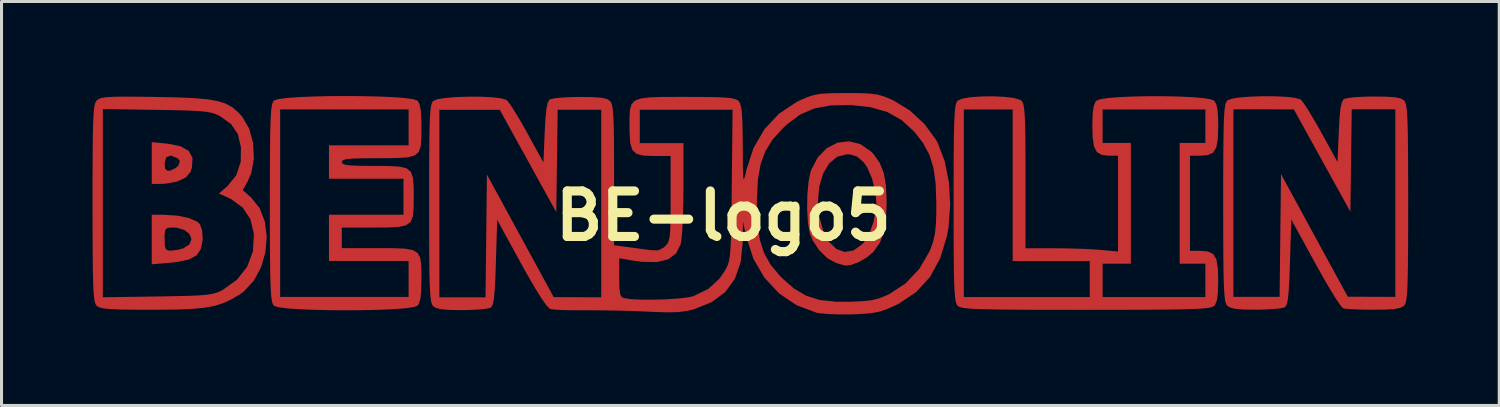
<source format=kicad_pcb>
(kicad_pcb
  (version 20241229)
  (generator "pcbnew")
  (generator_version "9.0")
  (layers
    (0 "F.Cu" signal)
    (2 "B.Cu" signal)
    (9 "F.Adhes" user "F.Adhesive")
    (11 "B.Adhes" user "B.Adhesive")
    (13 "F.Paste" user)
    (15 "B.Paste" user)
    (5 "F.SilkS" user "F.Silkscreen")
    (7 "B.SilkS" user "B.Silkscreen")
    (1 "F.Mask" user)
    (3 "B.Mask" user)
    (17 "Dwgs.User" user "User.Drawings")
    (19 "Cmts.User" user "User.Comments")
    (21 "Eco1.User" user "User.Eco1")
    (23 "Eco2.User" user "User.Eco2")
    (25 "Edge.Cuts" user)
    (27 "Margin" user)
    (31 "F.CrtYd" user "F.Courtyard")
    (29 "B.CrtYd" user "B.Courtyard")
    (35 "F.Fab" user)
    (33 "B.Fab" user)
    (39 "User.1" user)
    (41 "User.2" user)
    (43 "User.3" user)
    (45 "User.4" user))
  (footprint "BE-logo5"
    (layer "F.Cu")
    (at 20.786 4.064)
    (property "Reference" "BE-logo5" (at 0 0 0) (layer "F.SilkS") (effects (font (size 1.5 1.5) (thickness 0.3))))
    (attr board_only exclude_from_pos_files exclude_from_bom)
    (fp_poly (pts (xy -18.305 -2.379) (xy -17.883 -2.294) (xy -17.613 -2.138) (xy -17.491 -1.906) (xy -17.513 -1.592) (xy -17.561 -1.445) (xy -17.714 -1.265) (xy -17.997 -1.132) (xy -18.375 -1.062) (xy -18.559 -1.054) (xy -18.835 -1.054) (xy -18.835 -1.725) (xy -18.411 -1.725) (xy -18.392 -1.544) (xy -18.311 -1.487) (xy -18.229 -1.492) (xy -18.038 -1.581) (xy -17.954 -1.67) (xy -17.908 -1.811) (xy -17.988 -1.901) (xy -18.21 -1.99) (xy -18.356 -1.934) (xy -18.411 -1.739) (xy -18.411 -1.725) (xy -18.835 -1.725) (xy -18.835 -1.743) (xy -18.835 -2.432)) (stroke (width 0) (type solid)) (fill yes) (layer "F.Cu"))
    (fp_poly (pts (xy -18.433 -0.037) (xy -17.984 -0.007) (xy -17.607 0.072) (xy -17.338 0.191) (xy -17.247 0.274) (xy -17.179 0.462) (xy -17.157 0.735) (xy -17.16 0.799) (xy -17.217 1.093) (xy -17.359 1.3) (xy -17.609 1.436) (xy -17.991 1.518) (xy -18.225 1.543) (xy -18.836 1.594) (xy -18.836 0.778) (xy -18.836 0.765) (xy -18.412 0.765) (xy -18.403 1.001) (xy -18.36 1.112) (xy -18.258 1.145) (xy -18.206 1.146) (xy -17.958 1.115) (xy -17.794 1.068) (xy -17.591 0.935) (xy -17.528 0.768) (xy -17.59 0.6) (xy -17.761 0.463) (xy -18.026 0.389) (xy -18.125 0.384) (xy -18.302 0.393) (xy -18.385 0.45) (xy -18.411 0.601) (xy -18.412 0.765) (xy -18.836 0.765) (xy -18.836 -0.039)) (stroke (width 0) (type solid)) (fill yes) (layer "F.Cu"))
    (fp_poly (pts (xy 4.523 -2.361) (xy 4.874 -2.115) (xy 4.947 -2.037) (xy 5.151 -1.751) (xy 5.285 -1.418) (xy 5.358 -1.001) (xy 5.381 -0.46) (xy 5.381 -0.428) (xy 5.36 0.12) (xy 5.29 0.543) (xy 5.16 0.878) (xy 4.959 1.166) (xy 4.947 1.181) (xy 4.735 1.363) (xy 4.466 1.52) (xy 4.203 1.621) (xy 4.027 1.638) (xy 3.925 1.612) (xy 3.733 1.558) (xy 3.718 1.553) (xy 3.433 1.399) (xy 3.158 1.132) (xy 2.94 0.803) (xy 2.847 0.569) (xy 2.787 0.222) (xy 2.761 -0.217) (xy 2.765 -0.475) (xy 3.118 -0.475) (xy 3.161 0.013) (xy 3.289 0.494) (xy 3.482 0.856) (xy 3.724 1.091) (xy 3.999 1.189) (xy 4.289 1.139) (xy 4.578 0.933) (xy 4.637 0.868) (xy 4.811 0.583) (xy 4.949 0.198) (xy 5.031 -0.216) (xy 5.043 -0.428) (xy 5.003 -0.833) (xy 4.894 -1.245) (xy 4.739 -1.599) (xy 4.622 -1.766) (xy 4.411 -1.953) (xy 4.181 -2.024) (xy 4.07 -2.029) (xy 3.753 -1.951) (xy 3.489 -1.732) (xy 3.288 -1.398) (xy 3.161 -0.971) (xy 3.118 -0.475) (xy 2.765 -0.475) (xy 2.768 -0.686) (xy 2.807 -1.122) (xy 2.876 -1.462) (xy 2.888 -1.496) (xy 3.108 -1.925) (xy 3.409 -2.233) (xy 3.764 -2.413) (xy 4.144 -2.458)) (stroke (width 0) (type solid)) (fill yes) (layer "F.Cu"))
    (fp_poly (pts (xy -19.286 -3.928) (xy -18.678 -3.919) (xy -17.974 -3.904) (xy -17.416 -3.879) (xy -16.98 -3.839) (xy -16.644 -3.779) (xy -16.383 -3.693) (xy -16.174 -3.575) (xy -15.994 -3.421) (xy -15.854 -3.266) (xy -15.624 -2.875) (xy -15.495 -2.399) (xy -15.47 -1.893) (xy -15.555 -1.413) (xy -15.682 -1.118) (xy -15.839 -0.849) (xy -15.561 -0.605) (xy -15.277 -0.25) (xy -15.107 0.193) (xy -15.046 0.687) (xy -15.09 1.2) (xy -15.234 1.696) (xy -15.475 2.139) (xy -15.808 2.496) (xy -15.942 2.592) (xy -16.215 2.753) (xy -16.48 2.876) (xy -16.765 2.966) (xy -17.1 3.027) (xy -17.512 3.066) (xy -18.03 3.086) (xy -18.683 3.093) (xy -18.848 3.093) (xy -19.437 3.091) (xy -19.879 3.085) (xy -20.197 3.071) (xy -20.414 3.05) (xy -20.553 3.019) (xy -20.636 2.976) (xy -20.653 2.96) (xy -20.687 2.909) (xy -20.715 2.82) (xy -20.738 2.678) (xy -20.755 2.466) (xy -20.767 2.168) (xy -20.776 1.77) (xy -20.782 1.253) (xy -20.785 0.603) (xy -20.786 -0.196) (xy -20.786 -0.419) (xy -20.447 -0.419) (xy -20.447 2.682) (xy -18.648 2.655) (xy -18.044 2.644) (xy -17.584 2.633) (xy -17.242 2.617) (xy -16.991 2.594) (xy -16.808 2.562) (xy -16.666 2.519) (xy -16.539 2.461) (xy -16.502 2.442) (xy -16.027 2.103) (xy -15.691 1.675) (xy -15.503 1.171) (xy -15.469 0.604) (xy -15.47 0.592) (xy -15.584 0.112) (xy -15.837 -0.273) (xy -16.221 -0.553) (xy -16.283 -0.583) (xy -16.622 -0.736) (xy -16.339 -0.984) (xy -16.049 -1.342) (xy -15.904 -1.783) (xy -15.896 -2.257) (xy -15.998 -2.693) (xy -16.223 -3.026) (xy -16.591 -3.289) (xy -16.6 -3.293) (xy -16.728 -3.353) (xy -16.87 -3.398) (xy -17.053 -3.432) (xy -17.301 -3.455) (xy -17.642 -3.472) (xy -18.101 -3.484) (xy -18.691 -3.494) (xy -20.447 -3.52) (xy -20.447 -0.419) (xy -20.786 -0.419) (xy -20.786 -0.42) (xy -20.786 -1.256) (xy -20.783 -1.938) (xy -20.779 -2.483) (xy -20.771 -2.907) (xy -20.76 -3.227) (xy -20.745 -3.458) (xy -20.724 -3.618) (xy -20.698 -3.721) (xy -20.665 -3.785) (xy -20.646 -3.808) (xy -20.583 -3.854) (xy -20.484 -3.889) (xy -20.327 -3.912) (xy -20.09 -3.925) (xy -19.75 -3.93)) (stroke (width 0) (type solid)) (fill yes) (layer "F.Cu"))
    (fp_poly (pts (xy 18.178 -3.941) (xy 18.549 -3.923) (xy 18.843 -3.889) (xy 19.018 -3.838) (xy 19.031 -3.829) (xy 19.122 -3.718) (xy 19.272 -3.488) (xy 19.462 -3.173) (xy 19.673 -2.805) (xy 19.703 -2.75) (xy 20.238 -1.776) (xy 20.281 -2.774) (xy 20.305 -3.233) (xy 20.337 -3.548) (xy 20.379 -3.742) (xy 20.435 -3.841) (xy 20.45 -3.852) (xy 20.585 -3.886) (xy 20.846 -3.913) (xy 21.191 -3.93) (xy 21.439 -3.934) (xy 21.862 -3.928) (xy 22.148 -3.907) (xy 22.328 -3.867) (xy 22.433 -3.803) (xy 22.434 -3.802) (xy 22.468 -3.751) (xy 22.496 -3.662) (xy 22.518 -3.52) (xy 22.535 -3.308) (xy 22.548 -3.01) (xy 22.557 -2.611) (xy 22.562 -2.095) (xy 22.565 -1.445) (xy 22.567 -0.646) (xy 22.567 -0.421) (xy 22.566 0.418) (xy 22.563 1.103) (xy 22.558 1.651) (xy 22.55 2.078) (xy 22.539 2.399) (xy 22.523 2.631) (xy 22.502 2.789) (xy 22.475 2.89) (xy 22.443 2.949) (xy 22.434 2.959) (xy 22.33 3.023) (xy 22.152 3.064) (xy 21.869 3.086) (xy 21.449 3.092) (xy 21.424 3.092) (xy 21.045 3.088) (xy 20.721 3.075) (xy 20.495 3.057) (xy 20.419 3.043) (xy 20.339 2.956) (xy 20.195 2.743) (xy 20.001 2.429) (xy 19.771 2.036) (xy 19.521 1.59) (xy 19.502 1.555) (xy 18.714 0.117) (xy 18.672 1.523) (xy 18.653 2.065) (xy 18.631 2.461) (xy 18.604 2.732) (xy 18.57 2.901) (xy 18.525 2.99) (xy 18.503 3.01) (xy 18.366 3.044) (xy 18.105 3.072) (xy 17.763 3.088) (xy 17.556 3.091) (xy 17.142 3.085) (xy 16.864 3.062) (xy 16.692 3.017) (xy 16.604 2.959) (xy 16.569 2.908) (xy 16.541 2.819) (xy 16.519 2.677) (xy 16.502 2.465) (xy 16.489 2.167) (xy 16.48 1.769) (xy 16.475 1.252) (xy 16.472 0.603) (xy 16.471 -0.197) (xy 16.471 -0.421) (xy 16.471 -1.26) (xy 16.474 -1.946) (xy 16.479 -2.494) (xy 16.487 -2.921) (xy 16.498 -3.242) (xy 16.514 -3.474) (xy 16.519 -3.512) (xy 16.809 -3.512) (xy 16.809 -0.421) (xy 16.809 2.669) (xy 17.57 2.669) (xy 18.33 2.669) (xy 18.353 0.645) (xy 18.376 -1.378) (xy 19.476 0.643) (xy 20.577 2.663) (xy 21.36 2.666) (xy 22.143 2.669) (xy 22.143 -0.421) (xy 22.143 -3.512) (xy 21.425 -3.512) (xy 20.707 -3.512) (xy 20.685 -1.825) (xy 20.662 -0.137) (xy 19.73 -1.823) (xy 18.799 -3.509) (xy 17.804 -3.511) (xy 16.809 -3.512) (xy 16.519 -3.512) (xy 16.535 -3.632) (xy 16.562 -3.733) (xy 16.594 -3.792) (xy 16.604 -3.802) (xy 16.745 -3.859) (xy 17.014 -3.902) (xy 17.37 -3.93) (xy 17.772 -3.943)) (stroke (width 0) (type solid)) (fill yes) (layer "F.Cu"))
    (fp_poly (pts (xy -11.918 -3.946) (xy -11.387 -3.935) (xy -10.911 -3.915) (xy -10.517 -3.886) (xy -10.233 -3.85) (xy -10.087 -3.805) (xy -10.081 -3.8) (xy -10.012 -3.683) (xy -9.97 -3.48) (xy -9.951 -3.159) (xy -9.948 -2.917) (xy -9.951 -2.548) (xy -9.974 -2.281) (xy -10.042 -2.1) (xy -10.178 -1.988) (xy -10.406 -1.929) (xy -10.749 -1.906) (xy -11.232 -1.901) (xy -11.394 -1.901) (xy -11.87 -1.899) (xy -12.202 -1.889) (xy -12.413 -1.87) (xy -12.528 -1.839) (xy -12.571 -1.794) (xy -12.573 -1.774) (xy -12.548 -1.72) (xy -12.456 -1.684) (xy -12.271 -1.661) (xy -11.968 -1.65) (xy -11.521 -1.647) (xy -11.521 -1.647) (xy -11.023 -1.645) (xy -10.669 -1.623) (xy -10.435 -1.565) (xy -10.296 -1.45) (xy -10.228 -1.259) (xy -10.205 -0.974) (xy -10.202 -0.631) (xy -10.206 -0.247) (xy -10.233 0.025) (xy -10.309 0.205) (xy -10.459 0.312) (xy -10.706 0.365) (xy -11.077 0.383) (xy -11.521 0.385) (xy -12.573 0.385) (xy -12.573 0.723) (xy -12.573 1.062) (xy -11.394 1.062) (xy -10.868 1.064) (xy -10.489 1.08) (xy -10.231 1.128) (xy -10.072 1.224) (xy -9.988 1.384) (xy -9.954 1.625) (xy -9.948 1.964) (xy -9.948 2.078) (xy -9.957 2.479) (xy -9.985 2.743) (xy -10.039 2.904) (xy -10.081 2.961) (xy -10.211 3.006) (xy -10.481 3.044) (xy -10.865 3.073) (xy -11.334 3.094) (xy -11.861 3.106) (xy -12.417 3.111) (xy -12.974 3.107) (xy -13.505 3.095) (xy -13.981 3.075) (xy -14.375 3.047) (xy -14.659 3.011) (xy -14.805 2.966) (xy -14.811 2.961) (xy -14.845 2.91) (xy -14.873 2.821) (xy -14.895 2.679) (xy -14.912 2.467) (xy -14.925 2.169) (xy -14.934 1.77) (xy -14.94 1.254) (xy -14.943 0.604) (xy -14.944 -0.195) (xy -14.944 -0.42) (xy -14.605 -0.42) (xy -14.605 2.671) (xy -12.488 2.671) (xy -10.372 2.671) (xy -10.372 2.078) (xy -10.372 1.485) (xy -11.684 1.485) (xy -12.996 1.485) (xy -12.996 0.723) (xy -12.996 -0.039) (xy -11.769 -0.039) (xy -10.541 -0.039) (xy -10.541 -0.631) (xy -10.541 -1.224) (xy -11.769 -1.224) (xy -12.996 -1.224) (xy -12.996 -1.774) (xy -12.996 -2.325) (xy -11.684 -2.325) (xy -10.372 -2.325) (xy -10.372 -2.917) (xy -10.372 -3.51) (xy -12.488 -3.51) (xy -14.605 -3.51) (xy -14.605 -0.42) (xy -14.944 -0.42) (xy -14.943 -1.259) (xy -14.94 -1.944) (xy -14.936 -2.492) (xy -14.928 -2.919) (xy -14.916 -3.24) (xy -14.9 -3.472) (xy -14.879 -3.63) (xy -14.853 -3.731) (xy -14.82 -3.79) (xy -14.811 -3.8) (xy -14.681 -3.846) (xy -14.411 -3.883) (xy -14.027 -3.912) (xy -13.558 -3.933) (xy -13.031 -3.946) (xy -12.475 -3.95)) (stroke (width 0) (type solid)) (fill yes) (layer "F.Cu"))
    (fp_poly (pts (xy 14.539 -3.943) (xy 15.03 -3.932) (xy 15.471 -3.911) (xy 15.831 -3.879) (xy 16.079 -3.837) (xy 16.174 -3.796) (xy 16.246 -3.673) (xy 16.289 -3.459) (xy 16.306 -3.121) (xy 16.307 -2.956) (xy 16.294 -2.532) (xy 16.242 -2.25) (xy 16.134 -2.082) (xy 15.956 -2.001) (xy 15.709 -1.982) (xy 15.376 -1.982) (xy 15.376 -0.416) (xy 15.376 1.151) (xy 15.709 1.151) (xy 15.969 1.173) (xy 16.143 1.258) (xy 16.246 1.432) (xy 16.296 1.722) (xy 16.307 2.124) (xy 16.298 2.519) (xy 16.265 2.777) (xy 16.204 2.93) (xy 16.176 2.963) (xy 16.129 2.994) (xy 16.046 3.019) (xy 15.912 3.04) (xy 15.713 3.057) (xy 15.435 3.07) (xy 15.064 3.08) (xy 14.586 3.087) (xy 13.987 3.092) (xy 13.253 3.094) (xy 12.37 3.095) (xy 11.948 3.096) (xy 10.998 3.095) (xy 10.202 3.094) (xy 9.549 3.09) (xy 9.022 3.084) (xy 8.607 3.076) (xy 8.292 3.065) (xy 8.062 3.05) (xy 7.902 3.031) (xy 7.798 3.007) (xy 7.737 2.979) (xy 7.719 2.964) (xy 7.685 2.913) (xy 7.657 2.823) (xy 7.635 2.678) (xy 7.618 2.464) (xy 7.605 2.162) (xy 7.596 1.759) (xy 7.591 1.238) (xy 7.588 0.582) (xy 7.587 -0.224) (xy 7.587 -0.416) (xy 7.925 -0.416) (xy 7.925 2.675) (xy 10 2.675) (xy 12.074 2.675) (xy 12.074 2.082) (xy 12.074 1.489) (xy 10.804 1.489) (xy 9.534 1.489) (xy 9.534 -1.008) (xy 9.534 -3.506) (xy 8.73 -3.506) (xy 7.925 -3.506) (xy 7.925 -0.416) (xy 7.587 -0.416) (xy 7.588 -1.254) (xy 7.59 -1.94) (xy 7.595 -2.488) (xy 7.603 -2.915) (xy 7.615 -3.236) (xy 7.631 -3.468) (xy 7.651 -3.626) (xy 7.678 -3.727) (xy 7.711 -3.786) (xy 7.72 -3.796) (xy 7.875 -3.864) (xy 8.152 -3.911) (xy 8.507 -3.936) (xy 8.892 -3.94) (xy 9.264 -3.923) (xy 9.576 -3.884) (xy 9.783 -3.824) (xy 9.824 -3.796) (xy 9.864 -3.737) (xy 9.895 -3.636) (xy 9.919 -3.473) (xy 9.936 -3.231) (xy 9.947 -2.891) (xy 9.954 -2.432) (xy 9.957 -1.837) (xy 9.957 -1.298) (xy 9.957 1.066) (xy 10.91 1.067) (xy 11.369 1.072) (xy 11.835 1.086) (xy 12.24 1.106) (xy 12.434 1.121) (xy 13.005 1.175) (xy 13.005 -0.403) (xy 13.005 -1.982) (xy 12.715 -1.982) (xy 12.472 -2.007) (xy 12.31 -2.1) (xy 12.213 -2.287) (xy 12.168 -2.595) (xy 12.159 -2.956) (xy 12.497 -2.956) (xy 12.497 -2.405) (xy 12.963 -2.405) (xy 13.429 -2.405) (xy 13.429 -0.416) (xy 13.429 1.574) (xy 12.963 1.574) (xy 12.497 1.574) (xy 12.497 2.124) (xy 12.497 2.675) (xy 14.191 2.675) (xy 15.884 2.675) (xy 15.884 2.124) (xy 15.884 1.574) (xy 15.461 1.574) (xy 15.037 1.574) (xy 15.037 -0.416) (xy 15.037 -2.405) (xy 15.461 -2.405) (xy 15.884 -2.405) (xy 15.884 -2.956) (xy 15.884 -3.506) (xy 14.191 -3.506) (xy 12.497 -3.506) (xy 12.497 -2.956) (xy 12.159 -2.956) (xy 12.168 -3.348) (xy 12.201 -3.605) (xy 12.261 -3.758) (xy 12.292 -3.796) (xy 12.426 -3.846) (xy 12.699 -3.886) (xy 13.077 -3.916) (xy 13.531 -3.935) (xy 14.029 -3.944)) (stroke (width 0) (type solid)) (fill yes) (layer "F.Cu"))
    (fp_poly (pts (xy 4.506 -4.045) (xy 4.827 -4.031) (xy 5.069 -3.999) (xy 5.278 -3.942) (xy 5.5 -3.852) (xy 5.606 -3.804) (xy 6.144 -3.475) (xy 6.628 -3.027) (xy 7.006 -2.51) (xy 7.066 -2.4) (xy 7.295 -1.8) (xy 7.434 -1.102) (xy 7.476 -0.357) (xy 7.418 0.39) (xy 7.369 0.662) (xy 7.145 1.4) (xy 6.809 2.013) (xy 6.356 2.509) (xy 5.78 2.895) (xy 5.641 2.963) (xy 5.355 3.087) (xy 5.101 3.167) (xy 4.821 3.213) (xy 4.456 3.237) (xy 4.239 3.245) (xy 3.836 3.247) (xy 3.461 3.234) (xy 3.169 3.208) (xy 3.067 3.189) (xy 2.405 2.939) (xy 1.83 2.55) (xy 1.355 2.038) (xy 0.993 1.419) (xy 0.76 0.706) (xy 0.759 0.703) (xy 0.646 0.186) (xy 0.639 0.863) (xy 0.571 1.525) (xy 0.381 2.071) (xy 0.065 2.508) (xy -0.383 2.841) (xy -0.963 3.076) (xy -1.221 3.137) (xy -1.505 3.171) (xy -1.858 3.178) (xy -2.325 3.163) (xy -2.45 3.156) (xy -2.99 3.134) (xy -3.606 3.118) (xy -4.203 3.111) (xy -4.505 3.111) (xy -4.921 3.111) (xy -5.286 3.103) (xy -5.562 3.088) (xy -5.705 3.068) (xy -5.814 2.969) (xy -5.989 2.725) (xy -6.227 2.342) (xy -6.522 1.829) (xy -6.663 1.573) (xy -7.453 0.131) (xy -7.495 1.537) (xy -7.514 2.08) (xy -7.536 2.475) (xy -7.563 2.746) (xy -7.597 2.915) (xy -7.642 3.005) (xy -7.664 3.024) (xy -7.801 3.059) (xy -8.062 3.086) (xy -8.404 3.102) (xy -8.611 3.105) (xy -9.025 3.099) (xy -9.303 3.076) (xy -9.475 3.031) (xy -9.563 2.973) (xy -9.598 2.922) (xy -9.626 2.833) (xy -9.648 2.691) (xy -9.665 2.479) (xy -9.678 2.182) (xy -9.687 1.783) (xy -9.692 1.266) (xy -9.695 0.617) (xy -9.696 -0.182) (xy -9.696 -0.407) (xy -9.696 -1.246) (xy -9.693 -1.932) (xy -9.688 -2.48) (xy -9.68 -2.907) (xy -9.669 -3.228) (xy -9.653 -3.46) (xy -9.648 -3.497) (xy -9.358 -3.497) (xy -9.358 -0.407) (xy -9.358 2.683) (xy -8.597 2.683) (xy -7.837 2.683) (xy -7.814 0.66) (xy -7.791 -1.364) (xy -6.691 0.657) (xy -5.59 2.677) (xy -4.807 2.68) (xy -4.024 2.683) (xy -4.024 1.394) (xy -3.431 1.394) (xy -3.431 2.032) (xy -3.425 2.366) (xy -3.402 2.567) (xy -3.354 2.67) (xy -3.283 2.709) (xy -3.044 2.744) (xy -2.691 2.76) (xy -2.274 2.761) (xy -1.842 2.747) (xy -1.444 2.719) (xy -1.132 2.68) (xy -0.989 2.646) (xy -0.495 2.404) (xy -0.122 2.062) (xy 0.05 1.808) (xy 0.108 1.702) (xy 0.154 1.596) (xy 0.19 1.47) (xy 0.216 1.302) (xy 0.236 1.073) (xy 0.25 0.761) (xy 0.26 0.346) (xy 0.269 -0.194) (xy 0.271 -0.407) (xy 1.106 -0.407) (xy 1.127 0.249) (xy 1.2 0.778) (xy 1.337 1.215) (xy 1.551 1.598) (xy 1.853 1.964) (xy 1.94 2.054) (xy 2.333 2.398) (xy 2.732 2.632) (xy 3.177 2.771) (xy 3.712 2.829) (xy 4.148 2.83) (xy 4.571 2.812) (xy 4.88 2.779) (xy 5.13 2.718) (xy 5.375 2.62) (xy 5.478 2.571) (xy 6.01 2.221) (xy 6.459 1.744) (xy 6.791 1.176) (xy 6.829 1.087) (xy 6.914 0.844) (xy 6.97 0.6) (xy 7.002 0.309) (xy 7.016 -0.074) (xy 7.018 -0.407) (xy 6.996 -1.059) (xy 6.923 -1.585) (xy 6.785 -2.024) (xy 6.573 -2.414) (xy 6.3 -2.764) (xy 5.881 -3.154) (xy 5.402 -3.423) (xy 4.835 -3.586) (xy 4.192 -3.651) (xy 3.54 -3.64) (xy 3.002 -3.542) (xy 2.539 -3.343) (xy 2.111 -3.029) (xy 1.94 -2.868) (xy 1.614 -2.501) (xy 1.381 -2.125) (xy 1.227 -1.703) (xy 1.14 -1.2) (xy 1.107 -0.578) (xy 1.106 -0.407) (xy 0.271 -0.407) (xy 0.276 -0.878) (xy 0.278 -1.021) (xy 0.304 -3.497) (xy -1.225 -3.497) (xy -2.754 -3.497) (xy -2.754 -2.947) (xy -2.754 -2.397) (xy -2.034 -2.397) (xy -1.314 -2.397) (xy -1.315 -0.894) (xy -1.32 -0.382) (xy -1.334 0.093) (xy -1.355 0.497) (xy -1.381 0.793) (xy -1.404 0.927) (xy -1.554 1.232) (xy -1.812 1.429) (xy -2.186 1.522) (xy -2.686 1.514) (xy -3.029 1.465) (xy -3.431 1.394) (xy -4.024 1.394) (xy -4.024 -0.407) (xy -4.024 -3.497) (xy -4.742 -3.497) (xy -5.459 -3.497) (xy -5.482 -1.81) (xy -5.505 -0.123) (xy -6.437 -1.809) (xy -7.368 -3.495) (xy -8.363 -3.496) (xy -9.358 -3.497) (xy -9.648 -3.497) (xy -9.632 -3.618) (xy -9.605 -3.719) (xy -9.572 -3.778) (xy -9.563 -3.788) (xy -9.422 -3.845) (xy -9.153 -3.887) (xy -8.797 -3.916) (xy -8.395 -3.929) (xy -7.988 -3.927) (xy -7.618 -3.909) (xy -7.324 -3.875) (xy -7.149 -3.823) (xy -7.136 -3.815) (xy -7.045 -3.703) (xy -6.895 -3.474) (xy -6.704 -3.159) (xy -6.494 -2.79) (xy -6.464 -2.735) (xy -5.929 -1.762) (xy -5.886 -2.76) (xy -5.861 -3.219) (xy -5.83 -3.534) (xy -5.788 -3.728) (xy -5.732 -3.826) (xy -5.717 -3.838) (xy -5.582 -3.872) (xy -5.321 -3.899) (xy -4.975 -3.916) (xy -4.728 -3.92) (xy -4.305 -3.914) (xy -4.019 -3.893) (xy -3.839 -3.853) (xy -3.734 -3.788) (xy -3.733 -3.788) (xy -3.693 -3.728) (xy -3.662 -3.626) (xy -3.638 -3.462) (xy -3.621 -3.217) (xy -3.61 -2.873) (xy -3.604 -2.41) (xy -3.601 -1.809) (xy -3.6 -1.343) (xy -3.6 0.968) (xy -3.156 1.027) (xy -2.828 1.071) (xy -2.513 1.114) (xy -2.402 1.13) (xy -2.149 1.136) (xy -1.966 1.045) (xy -1.915 0.998) (xy -1.849 0.922) (xy -1.802 0.827) (xy -1.77 0.686) (xy -1.751 0.472) (xy -1.741 0.158) (xy -1.738 -0.283) (xy -1.738 -0.576) (xy -1.738 -1.973) (xy -2.282 -1.973) (xy -2.63 -1.986) (xy -2.862 -2.043) (xy -3 -2.173) (xy -3.069 -2.404) (xy -3.091 -2.764) (xy -3.092 -2.947) (xy -3.092 -3.264) (xy -3.077 -3.504) (xy -3.026 -3.677) (xy -2.92 -3.794) (xy -2.736 -3.866) (xy -2.454 -3.904) (xy -2.054 -3.919) (xy -1.514 -3.921) (xy -1.23 -3.921) (xy -0.655 -3.919) (xy -0.226 -3.912) (xy 0.08 -3.897) (xy 0.286 -3.874) (xy 0.416 -3.841) (xy 0.493 -3.795) (xy 0.5 -3.788) (xy 0.552 -3.707) (xy 0.59 -3.569) (xy 0.615 -3.348) (xy 0.63 -3.02) (xy 0.638 -2.557) (xy 0.64 -2.327) (xy 0.643 -1.83) (xy 0.647 -1.487) (xy 0.655 -1.283) (xy 0.669 -1.204) (xy 0.691 -1.234) (xy 0.724 -1.359) (xy 0.759 -1.517) (xy 0.993 -2.234) (xy 1.355 -2.857) (xy 1.836 -3.369) (xy 2.422 -3.758) (xy 2.518 -3.804) (xy 2.758 -3.909) (xy 2.967 -3.979) (xy 3.19 -4.02) (xy 3.473 -4.041) (xy 3.861 -4.047) (xy 4.062 -4.048)) (stroke (width 0) (type solid)) (fill yes) (layer "F.Cu"))
    (fp_poly (pts (xy -18.309 -2.383) (xy -17.887 -2.298) (xy -17.617 -2.142) (xy -17.495 -1.91) (xy -17.517 -1.597) (xy -17.564 -1.45) (xy -17.717 -1.27) (xy -18.001 -1.137) (xy -18.379 -1.067) (xy -18.563 -1.059) (xy -18.838 -1.058) (xy -18.838 -1.73) (xy -18.415 -1.73) (xy -18.396 -1.549) (xy -18.315 -1.492) (xy -18.233 -1.497) (xy -18.042 -1.586) (xy -17.958 -1.675) (xy -17.912 -1.816) (xy -17.992 -1.906) (xy -18.214 -1.995) (xy -18.36 -1.939) (xy -18.415 -1.744) (xy -18.415 -1.73) (xy -18.838 -1.73) (xy -18.838 -1.748) (xy -18.838 -2.437)) (stroke (width 0) (type solid)) (fill yes) (layer "F.Mask"))
    (fp_poly (pts (xy -18.436 -0.04) (xy -17.987 -0.01) (xy -17.61 0.069) (xy -17.341 0.187) (xy -17.249 0.271) (xy -17.181 0.458) (xy -17.16 0.732) (xy -17.162 0.796) (xy -17.22 1.09) (xy -17.362 1.296) (xy -17.612 1.433) (xy -17.994 1.515) (xy -18.228 1.54) (xy -18.838 1.591) (xy -18.838 0.774) (xy -18.838 0.762) (xy -18.415 0.762) (xy -18.406 0.997) (xy -18.363 1.109) (xy -18.261 1.142) (xy -18.209 1.143) (xy -17.961 1.112) (xy -17.797 1.065) (xy -17.594 0.931) (xy -17.531 0.765) (xy -17.593 0.597) (xy -17.764 0.46) (xy -18.029 0.386) (xy -18.128 0.381) (xy -18.304 0.39) (xy -18.388 0.446) (xy -18.413 0.597) (xy -18.415 0.762) (xy -18.838 0.762) (xy -18.838 -0.042)) (stroke (width 0) (type solid)) (fill yes) (layer "F.Mask"))
    (fp_poly (pts (xy 4.517 -2.356) (xy 4.868 -2.11) (xy 4.941 -2.032) (xy 5.146 -1.746) (xy 5.279 -1.413) (xy 5.352 -0.996) (xy 5.375 -0.455) (xy 5.375 -0.423) (xy 5.354 0.125) (xy 5.284 0.548) (xy 5.154 0.883) (xy 4.954 1.172) (xy 4.941 1.186) (xy 4.73 1.368) (xy 4.461 1.525) (xy 4.197 1.626) (xy 4.022 1.643) (xy 3.919 1.617) (xy 3.727 1.563) (xy 3.713 1.559) (xy 3.427 1.405) (xy 3.152 1.137) (xy 2.934 0.808) (xy 2.841 0.574) (xy 2.781 0.227) (xy 2.755 -0.212) (xy 2.759 -0.47) (xy 3.112 -0.47) (xy 3.155 0.018) (xy 3.283 0.499) (xy 3.477 0.862) (xy 3.719 1.096) (xy 3.993 1.194) (xy 4.283 1.144) (xy 4.572 0.938) (xy 4.631 0.873) (xy 4.805 0.588) (xy 4.943 0.203) (xy 5.025 -0.211) (xy 5.038 -0.423) (xy 4.997 -0.828) (xy 4.888 -1.24) (xy 4.733 -1.594) (xy 4.616 -1.761) (xy 4.405 -1.948) (xy 4.175 -2.019) (xy 4.064 -2.024) (xy 3.748 -1.945) (xy 3.484 -1.727) (xy 3.283 -1.393) (xy 3.155 -0.966) (xy 3.112 -0.47) (xy 2.759 -0.47) (xy 2.762 -0.681) (xy 2.801 -1.117) (xy 2.871 -1.457) (xy 2.882 -1.491) (xy 3.103 -1.92) (xy 3.404 -2.227) (xy 3.758 -2.408) (xy 4.138 -2.453)) (stroke (width 0) (type solid)) (fill yes) (layer "F.Mask"))
    (fp_poly (pts (xy -19.285 -3.931) (xy -18.677 -3.922) (xy -17.973 -3.907) (xy -17.415 -3.882) (xy -16.98 -3.842) (xy -16.643 -3.782) (xy -16.383 -3.696) (xy -16.174 -3.578) (xy -15.994 -3.424) (xy -15.853 -3.269) (xy -15.624 -2.878) (xy -15.495 -2.402) (xy -15.47 -1.896) (xy -15.554 -1.416) (xy -15.682 -1.121) (xy -15.839 -0.852) (xy -15.56 -0.608) (xy -15.277 -0.253) (xy -15.107 0.19) (xy -15.046 0.685) (xy -15.089 1.197) (xy -15.234 1.693) (xy -15.475 2.136) (xy -15.808 2.494) (xy -15.942 2.589) (xy -16.215 2.75) (xy -16.479 2.873) (xy -16.765 2.963) (xy -17.1 3.025) (xy -17.512 3.063) (xy -18.03 3.083) (xy -18.683 3.09) (xy -18.848 3.09) (xy -19.436 3.088) (xy -19.879 3.082) (xy -20.197 3.068) (xy -20.414 3.047) (xy -20.552 3.016) (xy -20.635 2.973) (xy -20.653 2.957) (xy -20.687 2.906) (xy -20.715 2.817) (xy -20.737 2.675) (xy -20.754 2.463) (xy -20.767 2.166) (xy -20.776 1.767) (xy -20.782 1.25) (xy -20.785 0.601) (xy -20.786 -0.199) (xy -20.786 -0.422) (xy -20.447 -0.422) (xy -20.447 2.679) (xy -18.648 2.652) (xy -18.044 2.642) (xy -17.583 2.63) (xy -17.241 2.614) (xy -16.991 2.591) (xy -16.808 2.559) (xy -16.665 2.516) (xy -16.538 2.458) (xy -16.502 2.439) (xy -16.026 2.1) (xy -15.691 1.672) (xy -15.502 1.168) (xy -15.469 0.602) (xy -15.47 0.589) (xy -15.584 0.109) (xy -15.836 -0.276) (xy -16.22 -0.556) (xy -16.282 -0.585) (xy -16.622 -0.738) (xy -16.338 -0.987) (xy -16.049 -1.345) (xy -15.904 -1.786) (xy -15.896 -2.26) (xy -15.998 -2.696) (xy -16.223 -3.029) (xy -16.591 -3.292) (xy -16.599 -3.296) (xy -16.727 -3.356) (xy -16.87 -3.401) (xy -17.052 -3.434) (xy -17.301 -3.458) (xy -17.642 -3.475) (xy -18.101 -3.487) (xy -18.69 -3.497) (xy -20.447 -3.523) (xy -20.447 -0.422) (xy -20.786 -0.422) (xy -20.786 -0.423) (xy -20.785 -1.258) (xy -20.783 -1.94) (xy -20.778 -2.486) (xy -20.771 -2.91) (xy -20.76 -3.23) (xy -20.744 -3.461) (xy -20.724 -3.621) (xy -20.697 -3.724) (xy -20.665 -3.788) (xy -20.646 -3.811) (xy -20.582 -3.857) (xy -20.483 -3.892) (xy -20.326 -3.915) (xy -20.089 -3.928) (xy -19.75 -3.933)) (stroke (width 0) (type solid)) (fill yes) (layer "F.Mask"))
    (fp_poly (pts (xy 18.176 -3.943) (xy 18.546 -3.925) (xy 18.84 -3.891) (xy 19.015 -3.84) (xy 19.028 -3.831) (xy 19.119 -3.72) (xy 19.269 -3.49) (xy 19.46 -3.175) (xy 19.67 -2.807) (xy 19.7 -2.752) (xy 20.235 -1.778) (xy 20.278 -2.776) (xy 20.303 -3.235) (xy 20.334 -3.55) (xy 20.376 -3.744) (xy 20.432 -3.843) (xy 20.447 -3.854) (xy 20.582 -3.888) (xy 20.843 -3.915) (xy 21.188 -3.932) (xy 21.436 -3.936) (xy 21.859 -3.93) (xy 22.145 -3.909) (xy 22.325 -3.869) (xy 22.43 -3.805) (xy 22.431 -3.804) (xy 22.465 -3.753) (xy 22.493 -3.664) (xy 22.515 -3.522) (xy 22.532 -3.31) (xy 22.545 -3.012) (xy 22.554 -2.613) (xy 22.56 -2.097) (xy 22.563 -1.447) (xy 22.564 -0.648) (xy 22.564 -0.423) (xy 22.563 0.416) (xy 22.56 1.101) (xy 22.556 1.649) (xy 22.548 2.076) (xy 22.536 2.397) (xy 22.52 2.629) (xy 22.499 2.787) (xy 22.473 2.888) (xy 22.44 2.947) (xy 22.431 2.957) (xy 22.327 3.021) (xy 22.149 3.062) (xy 21.866 3.084) (xy 21.446 3.09) (xy 21.422 3.09) (xy 21.042 3.086) (xy 20.718 3.073) (xy 20.492 3.055) (xy 20.416 3.041) (xy 20.336 2.954) (xy 20.192 2.741) (xy 19.998 2.427) (xy 19.768 2.035) (xy 19.518 1.588) (xy 19.499 1.553) (xy 18.711 0.115) (xy 18.669 1.521) (xy 18.65 2.063) (xy 18.628 2.459) (xy 18.601 2.73) (xy 18.567 2.899) (xy 18.522 2.989) (xy 18.5 3.008) (xy 18.363 3.042) (xy 18.102 3.07) (xy 17.76 3.086) (xy 17.553 3.089) (xy 17.139 3.083) (xy 16.861 3.06) (xy 16.689 3.015) (xy 16.601 2.957) (xy 16.566 2.906) (xy 16.538 2.817) (xy 16.516 2.675) (xy 16.499 2.463) (xy 16.486 2.166) (xy 16.477 1.767) (xy 16.472 1.25) (xy 16.469 0.601) (xy 16.468 -0.199) (xy 16.468 -0.423) (xy 16.468 -1.262) (xy 16.471 -1.948) (xy 16.476 -2.496) (xy 16.484 -2.923) (xy 16.495 -3.244) (xy 16.511 -3.476) (xy 16.516 -3.514) (xy 16.806 -3.514) (xy 16.806 -0.423) (xy 16.806 2.667) (xy 17.567 2.667) (xy 18.327 2.667) (xy 18.35 0.643) (xy 18.373 -1.38) (xy 19.473 0.641) (xy 20.574 2.661) (xy 21.357 2.664) (xy 22.14 2.667) (xy 22.14 -0.423) (xy 22.14 -3.514) (xy 21.422 -3.514) (xy 20.705 -3.514) (xy 20.682 -1.826) (xy 20.659 -0.139) (xy 19.727 -1.825) (xy 18.796 -3.511) (xy 17.801 -3.512) (xy 16.806 -3.514) (xy 16.516 -3.514) (xy 16.532 -3.634) (xy 16.559 -3.735) (xy 16.592 -3.794) (xy 16.601 -3.804) (xy 16.742 -3.861) (xy 17.011 -3.904) (xy 17.367 -3.932) (xy 17.769 -3.945)) (stroke (width 0) (type solid)) (fill yes) (layer "F.Mask"))
    (fp_poly (pts (xy -11.918 -3.95) (xy -11.387 -3.938) (xy -10.911 -3.918) (xy -10.517 -3.89) (xy -10.233 -3.854) (xy -10.087 -3.809) (xy -10.081 -3.804) (xy -10.012 -3.687) (xy -9.97 -3.484) (xy -9.951 -3.163) (xy -9.948 -2.921) (xy -9.951 -2.552) (xy -9.974 -2.285) (xy -10.042 -2.104) (xy -10.178 -1.992) (xy -10.406 -1.933) (xy -10.749 -1.909) (xy -11.232 -1.905) (xy -11.394 -1.905) (xy -11.87 -1.902) (xy -12.202 -1.893) (xy -12.413 -1.874) (xy -12.528 -1.843) (xy -12.571 -1.797) (xy -12.573 -1.778) (xy -12.548 -1.724) (xy -12.456 -1.687) (xy -12.271 -1.665) (xy -11.968 -1.654) (xy -11.521 -1.651) (xy -11.521 -1.651) (xy -11.023 -1.648) (xy -10.669 -1.627) (xy -10.435 -1.568) (xy -10.296 -1.453) (xy -10.228 -1.263) (xy -10.205 -0.977) (xy -10.202 -0.635) (xy -10.206 -0.251) (xy -10.233 0.021) (xy -10.309 0.202) (xy -10.459 0.309) (xy -10.706 0.361) (xy -11.077 0.379) (xy -11.521 0.381) (xy -12.573 0.381) (xy -12.573 0.72) (xy -12.573 1.058) (xy -11.394 1.058) (xy -10.868 1.06) (xy -10.489 1.077) (xy -10.231 1.124) (xy -10.072 1.22) (xy -9.988 1.38) (xy -9.954 1.621) (xy -9.948 1.96) (xy -9.948 2.074) (xy -9.957 2.475) (xy -9.985 2.74) (xy -10.039 2.901) (xy -10.081 2.957) (xy -10.211 3.003) (xy -10.481 3.04) (xy -10.865 3.069) (xy -11.334 3.09) (xy -11.861 3.103) (xy -12.417 3.107) (xy -12.974 3.103) (xy -13.505 3.092) (xy -13.981 3.072) (xy -14.375 3.043) (xy -14.659 3.007) (xy -14.805 2.962) (xy -14.811 2.957) (xy -14.845 2.906) (xy -14.873 2.817) (xy -14.895 2.675) (xy -14.912 2.463) (xy -14.925 2.166) (xy -14.934 1.767) (xy -14.94 1.25) (xy -14.943 0.601) (xy -14.944 -0.199) (xy -14.944 -0.423) (xy -14.605 -0.423) (xy -14.605 2.667) (xy -12.488 2.667) (xy -10.372 2.667) (xy -10.372 2.074) (xy -10.372 1.482) (xy -11.684 1.482) (xy -12.996 1.482) (xy -12.996 0.72) (xy -12.996 -0.042) (xy -11.769 -0.042) (xy -10.541 -0.042) (xy -10.541 -0.635) (xy -10.541 -1.228) (xy -11.769 -1.228) (xy -12.996 -1.228) (xy -12.996 -1.778) (xy -12.996 -2.328) (xy -11.684 -2.328) (xy -10.372 -2.328) (xy -10.372 -2.921) (xy -10.372 -3.514) (xy -12.488 -3.514) (xy -14.605 -3.514) (xy -14.605 -0.423) (xy -14.944 -0.423) (xy -14.943 -1.262) (xy -14.94 -1.948) (xy -14.936 -2.496) (xy -14.928 -2.923) (xy -14.916 -3.244) (xy -14.9 -3.476) (xy -14.879 -3.634) (xy -14.853 -3.735) (xy -14.82 -3.794) (xy -14.811 -3.804) (xy -14.681 -3.849) (xy -14.411 -3.887) (xy -14.027 -3.916) (xy -13.558 -3.937) (xy -13.031 -3.949) (xy -12.475 -3.954)) (stroke (width 0) (type solid)) (fill yes) (layer "F.Mask"))
    (fp_poly (pts (xy 14.53 -3.951) (xy 15.021 -3.94) (xy 15.462 -3.918) (xy 15.822 -3.887) (xy 16.07 -3.845) (xy 16.165 -3.804) (xy 16.237 -3.681) (xy 16.279 -3.467) (xy 16.297 -3.129) (xy 16.298 -2.963) (xy 16.285 -2.54) (xy 16.232 -2.257) (xy 16.125 -2.089) (xy 15.947 -2.009) (xy 15.7 -1.99) (xy 15.367 -1.99) (xy 15.367 -0.423) (xy 15.367 1.143) (xy 15.7 1.143) (xy 15.96 1.165) (xy 16.134 1.25) (xy 16.237 1.424) (xy 16.286 1.714) (xy 16.298 2.117) (xy 16.288 2.511) (xy 16.255 2.77) (xy 16.194 2.922) (xy 16.167 2.956) (xy 16.12 2.986) (xy 16.037 3.012) (xy 15.903 3.033) (xy 15.704 3.049) (xy 15.426 3.062) (xy 15.055 3.072) (xy 14.577 3.079) (xy 13.978 3.084) (xy 13.244 3.086) (xy 12.361 3.088) (xy 11.939 3.088) (xy 10.988 3.087) (xy 10.193 3.086) (xy 9.539 3.082) (xy 9.012 3.077) (xy 8.598 3.068) (xy 8.283 3.057) (xy 8.052 3.042) (xy 7.892 3.023) (xy 7.789 2.999) (xy 7.728 2.971) (xy 7.71 2.956) (xy 7.676 2.905) (xy 7.648 2.815) (xy 7.626 2.671) (xy 7.609 2.456) (xy 7.596 2.155) (xy 7.587 1.751) (xy 7.582 1.23) (xy 7.579 0.574) (xy 7.578 -0.231) (xy 7.578 -0.423) (xy 7.916 -0.423) (xy 7.916 2.667) (xy 9.991 2.667) (xy 12.065 2.667) (xy 12.065 2.074) (xy 12.065 1.482) (xy 10.795 1.482) (xy 9.525 1.482) (xy 9.525 -1.016) (xy 9.525 -3.514) (xy 8.721 -3.514) (xy 7.916 -3.514) (xy 7.916 -0.423) (xy 7.578 -0.423) (xy 7.578 -1.262) (xy 7.581 -1.948) (xy 7.586 -2.496) (xy 7.594 -2.923) (xy 7.605 -3.244) (xy 7.621 -3.476) (xy 7.642 -3.634) (xy 7.669 -3.735) (xy 7.702 -3.794) (xy 7.711 -3.804) (xy 7.866 -3.872) (xy 8.143 -3.918) (xy 8.497 -3.944) (xy 8.883 -3.948) (xy 9.255 -3.931) (xy 9.567 -3.892) (xy 9.774 -3.832) (xy 9.815 -3.804) (xy 9.855 -3.745) (xy 9.886 -3.644) (xy 9.91 -3.481) (xy 9.927 -3.239) (xy 9.938 -2.898) (xy 9.945 -2.44) (xy 9.948 -1.845) (xy 9.948 -1.306) (xy 9.948 1.058) (xy 10.901 1.059) (xy 11.36 1.064) (xy 11.825 1.078) (xy 12.231 1.099) (xy 12.425 1.114) (xy 12.996 1.167) (xy 12.996 -0.411) (xy 12.996 -1.99) (xy 12.706 -1.99) (xy 12.463 -2.015) (xy 12.301 -2.108) (xy 12.204 -2.295) (xy 12.159 -2.603) (xy 12.15 -2.963) (xy 12.488 -2.963) (xy 12.488 -2.413) (xy 12.954 -2.413) (xy 13.42 -2.413) (xy 13.42 -0.423) (xy 13.42 1.566) (xy 12.954 1.566) (xy 12.488 1.566) (xy 12.488 2.117) (xy 12.488 2.667) (xy 14.182 2.667) (xy 15.875 2.667) (xy 15.875 2.117) (xy 15.875 1.566) (xy 15.452 1.566) (xy 15.028 1.566) (xy 15.028 -0.423) (xy 15.028 -2.413) (xy 15.452 -2.413) (xy 15.875 -2.413) (xy 15.875 -2.963) (xy 15.875 -3.514) (xy 14.182 -3.514) (xy 12.488 -3.514) (xy 12.488 -2.963) (xy 12.15 -2.963) (xy 12.159 -3.356) (xy 12.192 -3.613) (xy 12.252 -3.766) (xy 12.283 -3.804) (xy 12.417 -3.854) (xy 12.689 -3.894) (xy 13.068 -3.924) (xy 13.522 -3.943) (xy 14.019 -3.952)) (stroke (width 0) (type solid)) (fill yes) (layer "F.Mask"))
    (fp_poly (pts (xy 4.508 -4.061) (xy 4.829 -4.047) (xy 5.071 -4.015) (xy 5.28 -3.958) (xy 5.502 -3.868) (xy 5.608 -3.82) (xy 6.146 -3.491) (xy 6.63 -3.043) (xy 7.008 -2.526) (xy 7.068 -2.416) (xy 7.297 -1.816) (xy 7.436 -1.119) (xy 7.478 -0.373) (xy 7.42 0.373) (xy 7.371 0.646) (xy 7.147 1.384) (xy 6.811 1.997) (xy 6.358 2.492) (xy 5.782 2.878) (xy 5.643 2.947) (xy 5.357 3.071) (xy 5.103 3.15) (xy 4.823 3.196) (xy 4.458 3.221) (xy 4.241 3.229) (xy 3.838 3.231) (xy 3.463 3.218) (xy 3.171 3.192) (xy 3.069 3.173) (xy 2.407 2.922) (xy 1.832 2.534) (xy 1.357 2.022) (xy 0.995 1.403) (xy 0.762 0.69) (xy 0.761 0.687) (xy 0.648 0.169) (xy 0.641 0.847) (xy 0.573 1.509) (xy 0.383 2.055) (xy 0.067 2.492) (xy -0.381 2.825) (xy -0.961 3.06) (xy -1.219 3.121) (xy -1.503 3.154) (xy -1.856 3.162) (xy -2.323 3.147) (xy -2.448 3.14) (xy -2.988 3.118) (xy -3.604 3.102) (xy -4.201 3.095) (xy -4.503 3.095) (xy -4.919 3.095) (xy -5.284 3.086) (xy -5.56 3.071) (xy -5.704 3.052) (xy -5.812 2.953) (xy -5.987 2.709) (xy -6.225 2.326) (xy -6.52 1.812) (xy -6.661 1.557) (xy -7.451 0.115) (xy -7.493 1.521) (xy -7.512 2.063) (xy -7.534 2.459) (xy -7.561 2.73) (xy -7.595 2.899) (xy -7.64 2.989) (xy -7.662 3.008) (xy -7.799 3.042) (xy -8.06 3.07) (xy -8.402 3.086) (xy -8.609 3.089) (xy -9.023 3.083) (xy -9.301 3.06) (xy -9.473 3.015) (xy -9.561 2.957) (xy -9.596 2.906) (xy -9.624 2.817) (xy -9.646 2.675) (xy -9.663 2.463) (xy -9.676 2.166) (xy -9.685 1.767) (xy -9.69 1.25) (xy -9.693 0.601) (xy -9.694 -0.199) (xy -9.694 -0.423) (xy -9.694 -1.262) (xy -9.691 -1.948) (xy -9.686 -2.496) (xy -9.678 -2.923) (xy -9.667 -3.244) (xy -9.651 -3.476) (xy -9.646 -3.514) (xy -9.356 -3.514) (xy -9.356 -0.423) (xy -9.356 2.667) (xy -8.595 2.667) (xy -7.835 2.667) (xy -7.812 0.643) (xy -7.789 -1.38) (xy -6.689 0.641) (xy -5.588 2.661) (xy -4.805 2.664) (xy -4.022 2.667) (xy -4.022 1.378) (xy -3.429 1.378) (xy -3.429 2.016) (xy -3.423 2.35) (xy -3.4 2.551) (xy -3.352 2.654) (xy -3.281 2.693) (xy -3.042 2.727) (xy -2.689 2.744) (xy -2.272 2.745) (xy -1.84 2.73) (xy -1.442 2.703) (xy -1.13 2.664) (xy -0.987 2.63) (xy -0.493 2.388) (xy -0.12 2.046) (xy 0.052 1.792) (xy 0.11 1.686) (xy 0.156 1.58) (xy 0.192 1.454) (xy 0.218 1.286) (xy 0.238 1.057) (xy 0.252 0.745) (xy 0.262 0.329) (xy 0.271 -0.21) (xy 0.273 -0.423) (xy 1.108 -0.423) (xy 1.129 0.233) (xy 1.202 0.761) (xy 1.339 1.199) (xy 1.552 1.582) (xy 1.855 1.948) (xy 1.942 2.038) (xy 2.335 2.382) (xy 2.733 2.616) (xy 3.179 2.755) (xy 3.714 2.813) (xy 4.15 2.814) (xy 4.573 2.796) (xy 4.882 2.762) (xy 5.132 2.702) (xy 5.377 2.604) (xy 5.48 2.555) (xy 6.012 2.205) (xy 6.461 1.728) (xy 6.793 1.16) (xy 6.83 1.071) (xy 6.916 0.828) (xy 6.972 0.584) (xy 7.004 0.293) (xy 7.018 -0.09) (xy 7.02 -0.423) (xy 6.998 -1.075) (xy 6.925 -1.602) (xy 6.787 -2.04) (xy 6.575 -2.43) (xy 6.302 -2.781) (xy 5.883 -3.17) (xy 5.404 -3.44) (xy 4.837 -3.602) (xy 4.194 -3.668) (xy 3.542 -3.656) (xy 3.004 -3.558) (xy 2.541 -3.359) (xy 2.113 -3.046) (xy 1.942 -2.884) (xy 1.616 -2.517) (xy 1.383 -2.141) (xy 1.229 -1.72) (xy 1.142 -1.216) (xy 1.109 -0.594) (xy 1.108 -0.423) (xy 0.273 -0.423) (xy 0.278 -0.894) (xy 0.28 -1.037) (xy 0.306 -3.514) (xy -1.223 -3.514) (xy -2.752 -3.514) (xy -2.752 -2.963) (xy -2.752 -2.413) (xy -2.032 -2.413) (xy -1.312 -2.413) (xy -1.313 -0.91) (xy -1.318 -0.398) (xy -1.332 0.077) (xy -1.353 0.48) (xy -1.379 0.777) (xy -1.402 0.911) (xy -1.552 1.216) (xy -1.81 1.413) (xy -2.184 1.506) (xy -2.684 1.498) (xy -3.027 1.449) (xy -3.429 1.378) (xy -4.022 1.378) (xy -4.022 -0.423) (xy -4.022 -3.514) (xy -4.74 -3.514) (xy -5.457 -3.514) (xy -5.48 -1.826) (xy -5.503 -0.139) (xy -6.435 -1.825) (xy -7.366 -3.511) (xy -8.361 -3.512) (xy -9.356 -3.514) (xy -9.646 -3.514) (xy -9.63 -3.634) (xy -9.603 -3.735) (xy -9.57 -3.794) (xy -9.561 -3.804) (xy -9.42 -3.861) (xy -9.151 -3.904) (xy -8.795 -3.932) (xy -8.393 -3.945) (xy -7.986 -3.943) (xy -7.616 -3.925) (xy -7.322 -3.891) (xy -7.147 -3.84) (xy -7.134 -3.831) (xy -7.043 -3.72) (xy -6.893 -3.49) (xy -6.702 -3.175) (xy -6.492 -2.807) (xy -6.462 -2.752) (xy -5.927 -1.778) (xy -5.884 -2.776) (xy -5.859 -3.235) (xy -5.828 -3.55) (xy -5.786 -3.744) (xy -5.73 -3.843) (xy -5.715 -3.854) (xy -5.58 -3.888) (xy -5.319 -3.915) (xy -4.974 -3.932) (xy -4.726 -3.936) (xy -4.303 -3.93) (xy -4.017 -3.909) (xy -3.837 -3.869) (xy -3.732 -3.805) (xy -3.731 -3.804) (xy -3.691 -3.744) (xy -3.66 -3.642) (xy -3.636 -3.478) (xy -3.619 -3.233) (xy -3.608 -2.889) (xy -3.602 -2.426) (xy -3.599 -1.825) (xy -3.598 -1.359) (xy -3.598 0.952) (xy -3.154 1.011) (xy -2.826 1.054) (xy -2.511 1.098) (xy -2.4 1.114) (xy -2.147 1.119) (xy -1.964 1.029) (xy -1.913 0.982) (xy -1.847 0.905) (xy -1.8 0.811) (xy -1.768 0.67) (xy -1.749 0.456) (xy -1.739 0.142) (xy -1.736 -0.299) (xy -1.736 -0.593) (xy -1.736 -1.99) (xy -2.28 -1.99) (xy -2.628 -2.002) (xy -2.86 -2.06) (xy -2.998 -2.189) (xy -3.067 -2.42) (xy -3.089 -2.781) (xy -3.09 -2.963) (xy -3.09 -3.281) (xy -3.075 -3.52) (xy -3.024 -3.693) (xy -2.918 -3.81) (xy -2.734 -3.882) (xy -2.452 -3.92) (xy -2.052 -3.935) (xy -1.512 -3.937) (xy -1.228 -3.937) (xy -0.653 -3.935) (xy -0.224 -3.928) (xy 0.082 -3.913) (xy 0.288 -3.89) (xy 0.418 -3.857) (xy 0.495 -3.811) (xy 0.502 -3.804) (xy 0.554 -3.723) (xy 0.592 -3.585) (xy 0.617 -3.365) (xy 0.632 -3.036) (xy 0.64 -2.573) (xy 0.642 -2.343) (xy 0.645 -1.846) (xy 0.649 -1.503) (xy 0.657 -1.299) (xy 0.671 -1.22) (xy 0.693 -1.25) (xy 0.726 -1.375) (xy 0.761 -1.533) (xy 0.995 -2.251) (xy 1.357 -2.873) (xy 1.837 -3.386) (xy 2.424 -3.774) (xy 2.52 -3.82) (xy 2.76 -3.925) (xy 2.969 -3.995) (xy 3.192 -4.036) (xy 3.475 -4.057) (xy 3.863 -4.064) (xy 4.064 -4.064)) (stroke (width 0) (type solid)) (fill yes) (layer "F.Mask")))
  (gr_rect
    (start -3 -3)
    (end 46.353 10.311)
    (stroke (width 0.1) (type default))
    (fill no)
    (layer "Edge.Cuts")))
</source>
